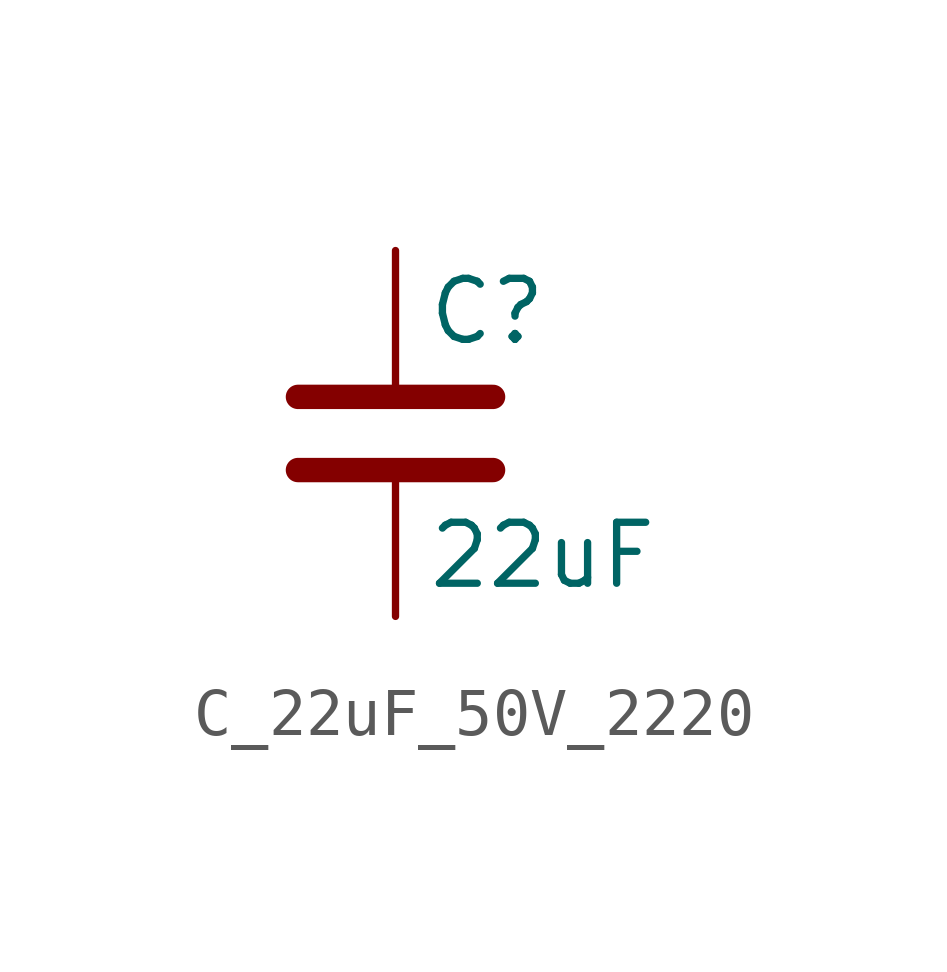
<source format=kicad_sym>
(kicad_symbol_lib
  (version 20231120)
  (generator "kicad_symbol_editor")
  (generator_version "8.0")
  (symbol "C_22uF_50V_2220"
    (pin_numbers hide)
    (pin_names
      (offset 0.254))
    (property "Reference" "C"
      (at 0.635 2.54 0)
      (effects (font (size 1.27 1.27)) (justify left)))
    (property "Value" "22uF"
      (at 0.635 -2.54 0)
      (effects (font (size 1.27 1.27)) (justify left)))
    (symbol "C_22uF_50V_2220_0_1"
      (polyline (pts (xy -2.032 -0.762) (xy 2.032 -0.762)) (stroke (width 0.508) (type default)) (fill (type none)))
      (polyline (pts (xy -2.032 0.762) (xy 2.032 0.762)) (stroke (width 0.508) (type default)) (fill (type none))))
    (symbol "C_22uF_50V_2220_1_1"
      (pin passive line (at 0 3.81 270) (length 2.794) (name "~" (effects (font (size 1.27 1.27)))) (number "1" (effects (font (size 1.27 1.27)))))
      (pin passive line (at 0 -3.81 90) (length 2.794) (name "~" (effects (font (size 1.27 1.27)))) (number "2" (effects (font (size 1.27 1.27))))))))
</source>
